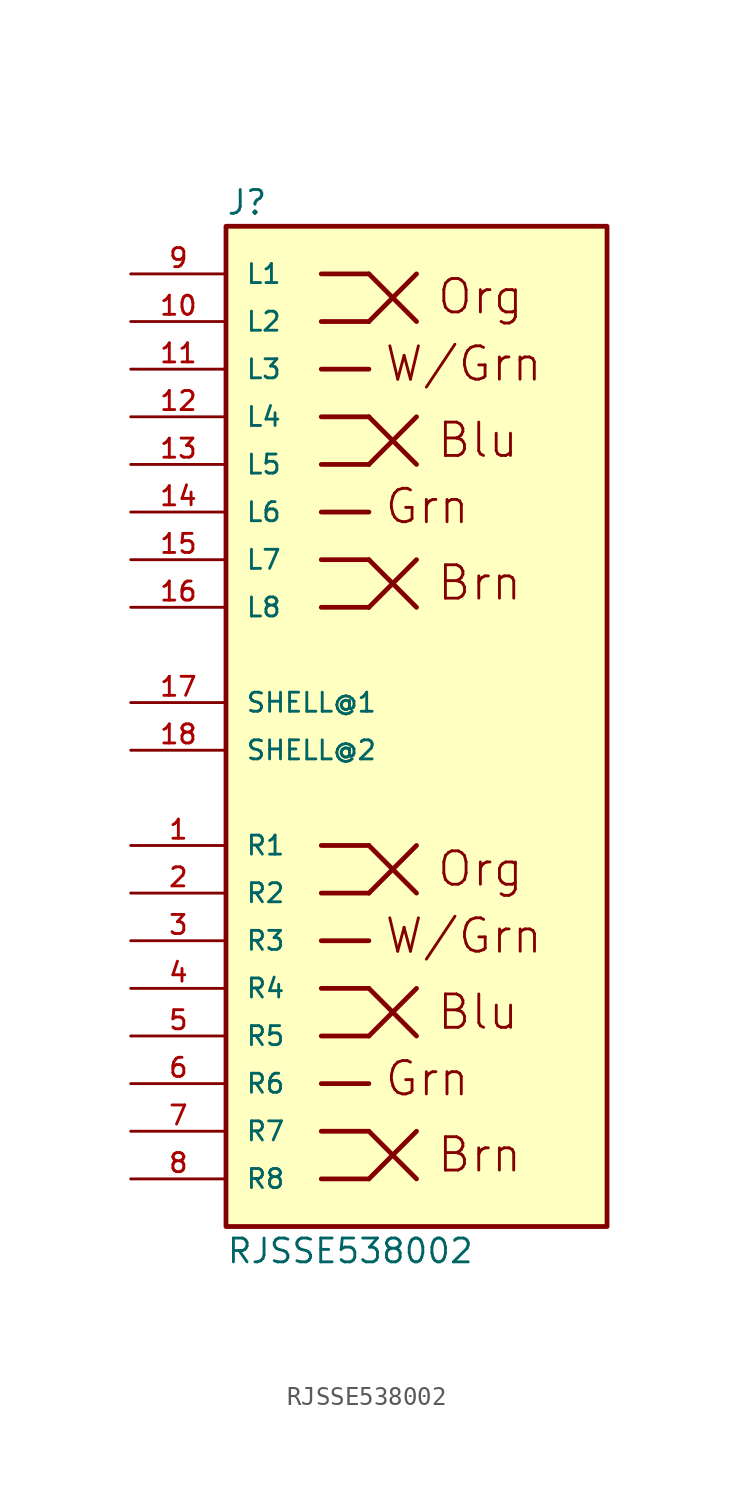
<source format=kicad_sym>
(kicad_symbol_lib
  (version 20211014)
  (generator kicad_symbol_editor)
  (symbol "RJSSE538002"
    (pin_names
      (offset 1.016))
    (property "Reference" "J"
      (at -10.167 28.467 0)
      (effects (font (size 1.27 1.27)) (justify bottom left)))
    (property "Value" "RJSSE538002"
      (at -10.166 -27.448 0)
      (effects (font (size 1.27 1.27)) (justify bottom left)))
    (symbol "RJSSE538002_0_0"
      (polyline (pts (xy -5.08 7.62) (xy -2.54 7.62)) (stroke (width 0.254)))
      (polyline (pts (xy -2.54 7.62) (xy 0.0 10.16)) (stroke (width 0.254)))
      (polyline (pts (xy -5.08 10.16) (xy -2.54 10.16)) (stroke (width 0.254)))
      (polyline (pts (xy -2.54 10.16) (xy 0.0 7.62)) (stroke (width 0.254)))
      (polyline (pts (xy -5.08 25.4) (xy -2.54 25.4)) (stroke (width 0.254)))
      (polyline (pts (xy -2.54 25.4) (xy 0.0 22.86)) (stroke (width 0.254)))
      (polyline (pts (xy -5.08 22.86) (xy -2.54 22.86)) (stroke (width 0.254)))
      (polyline (pts (xy -2.54 22.86) (xy 0.0 25.4)) (stroke (width 0.254)))
      (polyline (pts (xy -5.08 17.78) (xy -2.54 17.78)) (stroke (width 0.254)))
      (polyline (pts (xy -2.54 17.78) (xy 0.0 15.24)) (stroke (width 0.254)))
      (polyline (pts (xy -5.08 15.24) (xy -2.54 15.24)) (stroke (width 0.254)))
      (polyline (pts (xy -2.54 15.24) (xy 0.0 17.78)) (stroke (width 0.254)))
      (polyline (pts (xy -5.08 12.7) (xy -2.54 12.7)) (stroke (width 0.254)))
      (polyline (pts (xy -5.08 20.32) (xy -2.54 20.32)) (stroke (width 0.254)))
      (text "Org" (at 1.017 23.147 0) (effects (font (size 1.781 1.781)) (justify bottom left)))
      (text "Blu" (at 1.016 15.494 0) (effects (font (size 1.778 1.778)) (justify bottom left)))
      (text "Brn" (at 1.017 7.884 0) (effects (font (size 1.78 1.78)) (justify bottom left)))
      (text "W/Grn" (at -1.778 19.561 0) (effects (font (size 1.778 1.778)) (justify bottom left)))
      (text "Grn" (at -1.781 11.96 0) (effects (font (size 1.781 1.781)) (justify bottom left)))
      (polyline (pts (xy -5.08 -22.86) (xy -2.54 -22.86)) (stroke (width 0.254)))
      (polyline (pts (xy -2.54 -22.86) (xy 0.0 -20.32)) (stroke (width 0.254)))
      (polyline (pts (xy -5.08 -20.32) (xy -2.54 -20.32)) (stroke (width 0.254)))
      (polyline (pts (xy -2.54 -20.32) (xy 0.0 -22.86)) (stroke (width 0.254)))
      (polyline (pts (xy -5.08 -5.08) (xy -2.54 -5.08)) (stroke (width 0.254)))
      (polyline (pts (xy -2.54 -5.08) (xy 0.0 -7.62)) (stroke (width 0.254)))
      (polyline (pts (xy -5.08 -7.62) (xy -2.54 -7.62)) (stroke (width 0.254)))
      (polyline (pts (xy -2.54 -7.62) (xy 0.0 -5.08)) (stroke (width 0.254)))
      (polyline (pts (xy -5.08 -12.7) (xy -2.54 -12.7)) (stroke (width 0.254)))
      (polyline (pts (xy -2.54 -12.7) (xy 0.0 -15.24)) (stroke (width 0.254)))
      (polyline (pts (xy -5.08 -15.24) (xy -2.54 -15.24)) (stroke (width 0.254)))
      (polyline (pts (xy -2.54 -15.24) (xy 0.0 -12.7)) (stroke (width 0.254)))
      (polyline (pts (xy -5.08 -17.78) (xy -2.54 -17.78)) (stroke (width 0.254)))
      (polyline (pts (xy -5.08 -10.16) (xy -2.54 -10.16)) (stroke (width 0.254)))
      (text "Org" (at 1.017 -7.372 0) (effects (font (size 1.78 1.78)) (justify bottom left)))
      (text "Blu" (at 1.017 -15.003 0) (effects (font (size 1.78 1.78)) (justify bottom left)))
      (text "Brn" (at 1.016 -22.615 0) (effects (font (size 1.779 1.779)) (justify bottom left)))
      (text "W/Grn" (at -1.781 -10.944 0) (effects (font (size 1.781 1.781)) (justify bottom left)))
      (text "Grn" (at -1.779 -18.555 0) (effects (font (size 1.779 1.779)) (justify bottom left)))
      (rectangle (start -10.16 -25.4) (end 10.16 27.94) (stroke (width 0.254)) (fill (type background)))
      (pin bidirectional line (at -15.24 25.4 0) (length 5.08) (name "L1" (effects (font (size 1.016 1.016)))) (number "9" (effects (font (size 1.016 1.016)))))
      (pin bidirectional line (at -15.24 22.86 0) (length 5.08) (name "L2" (effects (font (size 1.016 1.016)))) (number "10" (effects (font (size 1.016 1.016)))))
      (pin bidirectional line (at -15.24 20.32 0) (length 5.08) (name "L3" (effects (font (size 1.016 1.016)))) (number "11" (effects (font (size 1.016 1.016)))))
      (pin bidirectional line (at -15.24 17.78 0) (length 5.08) (name "L4" (effects (font (size 1.016 1.016)))) (number "12" (effects (font (size 1.016 1.016)))))
      (pin bidirectional line (at -15.24 15.24 0) (length 5.08) (name "L5" (effects (font (size 1.016 1.016)))) (number "13" (effects (font (size 1.016 1.016)))))
      (pin bidirectional line (at -15.24 12.7 0) (length 5.08) (name "L6" (effects (font (size 1.016 1.016)))) (number "14" (effects (font (size 1.016 1.016)))))
      (pin bidirectional line (at -15.24 10.16 0) (length 5.08) (name "L7" (effects (font (size 1.016 1.016)))) (number "15" (effects (font (size 1.016 1.016)))))
      (pin bidirectional line (at -15.24 7.62 0) (length 5.08) (name "L8" (effects (font (size 1.016 1.016)))) (number "16" (effects (font (size 1.016 1.016)))))
      (pin bidirectional line (at -15.24 -5.08 0) (length 5.08) (name "R1" (effects (font (size 1.016 1.016)))) (number "1" (effects (font (size 1.016 1.016)))))
      (pin bidirectional line (at -15.24 -7.62 0) (length 5.08) (name "R2" (effects (font (size 1.016 1.016)))) (number "2" (effects (font (size 1.016 1.016)))))
      (pin bidirectional line (at -15.24 -10.16 0) (length 5.08) (name "R3" (effects (font (size 1.016 1.016)))) (number "3" (effects (font (size 1.016 1.016)))))
      (pin bidirectional line (at -15.24 -12.7 0) (length 5.08) (name "R4" (effects (font (size 1.016 1.016)))) (number "4" (effects (font (size 1.016 1.016)))))
      (pin bidirectional line (at -15.24 -15.24 0) (length 5.08) (name "R5" (effects (font (size 1.016 1.016)))) (number "5" (effects (font (size 1.016 1.016)))))
      (pin bidirectional line (at -15.24 -17.78 0) (length 5.08) (name "R6" (effects (font (size 1.016 1.016)))) (number "6" (effects (font (size 1.016 1.016)))))
      (pin bidirectional line (at -15.24 -20.32 0) (length 5.08) (name "R7" (effects (font (size 1.016 1.016)))) (number "7" (effects (font (size 1.016 1.016)))))
      (pin bidirectional line (at -15.24 -22.86 0) (length 5.08) (name "R8" (effects (font (size 1.016 1.016)))) (number "8" (effects (font (size 1.016 1.016)))))
      (pin passive line (at -15.24 2.54 0) (length 5.08) (name "SHELL@1" (effects (font (size 1.016 1.016)))) (number "17" (effects (font (size 1.016 1.016)))))
      (pin passive line (at -15.24 0.0 0) (length 5.08) (name "SHELL@2" (effects (font (size 1.016 1.016)))) (number "18" (effects (font (size 1.016 1.016))))))))
</source>
